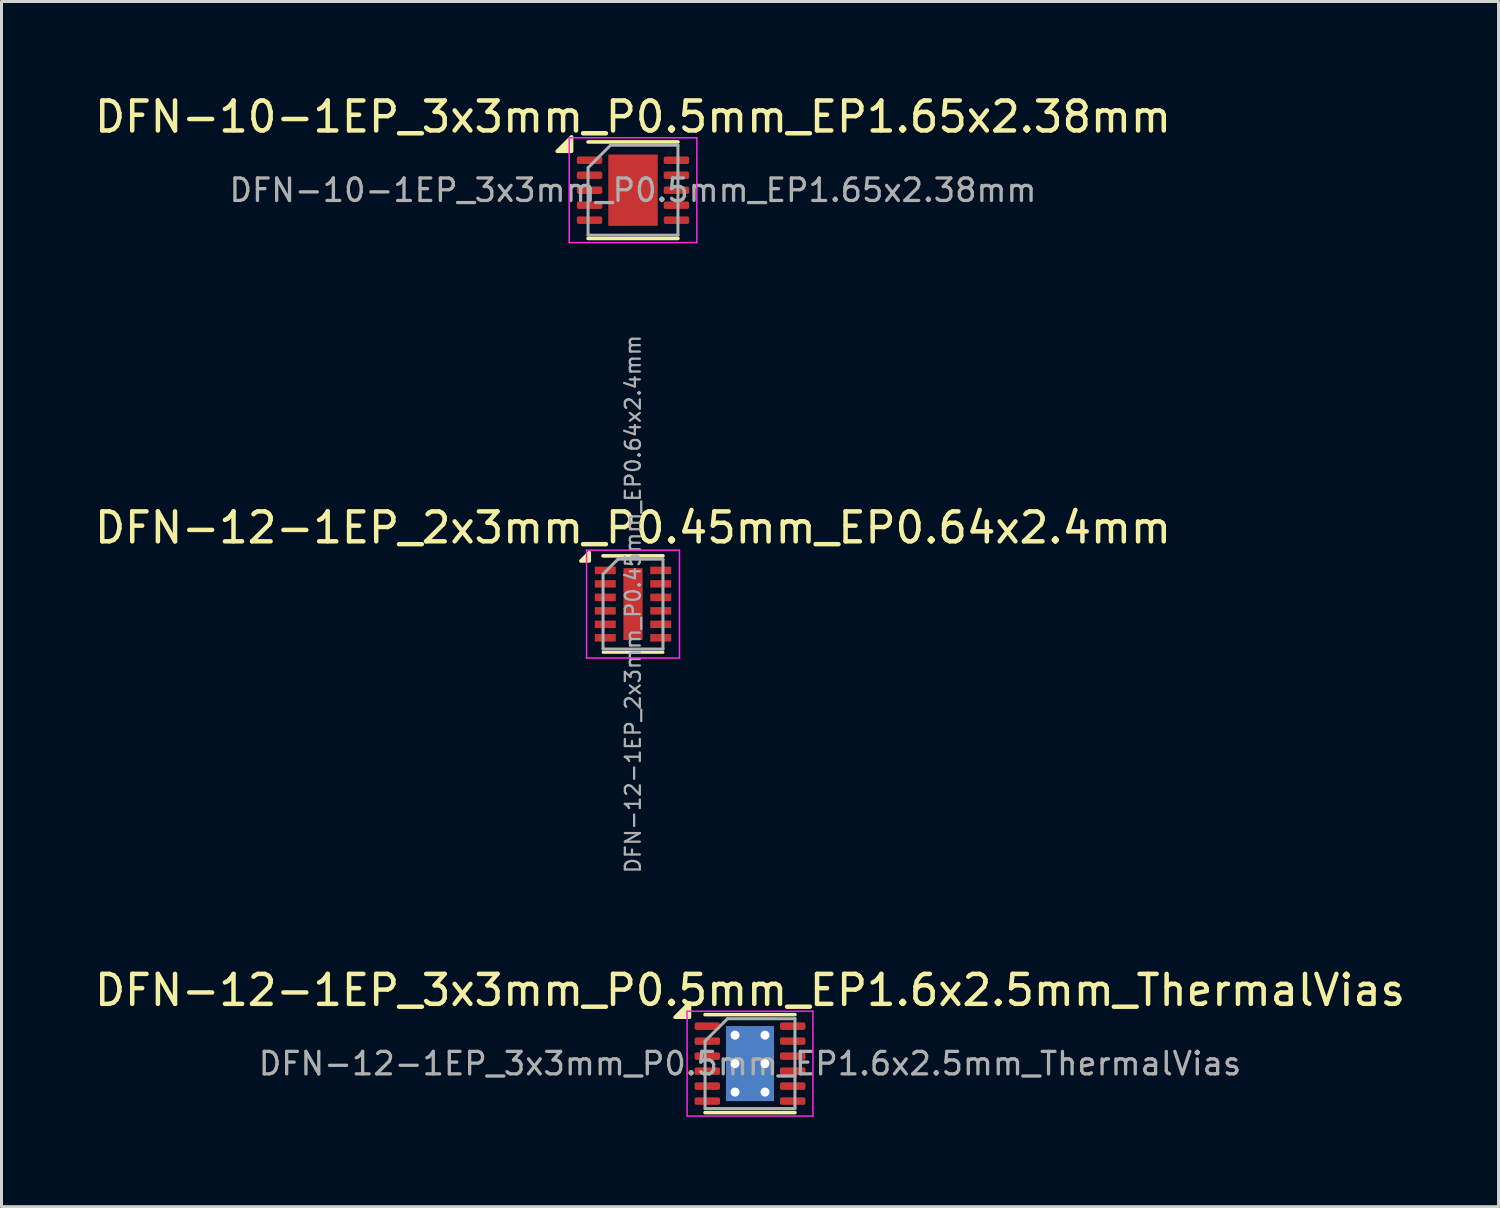
<source format=kicad_pcb>
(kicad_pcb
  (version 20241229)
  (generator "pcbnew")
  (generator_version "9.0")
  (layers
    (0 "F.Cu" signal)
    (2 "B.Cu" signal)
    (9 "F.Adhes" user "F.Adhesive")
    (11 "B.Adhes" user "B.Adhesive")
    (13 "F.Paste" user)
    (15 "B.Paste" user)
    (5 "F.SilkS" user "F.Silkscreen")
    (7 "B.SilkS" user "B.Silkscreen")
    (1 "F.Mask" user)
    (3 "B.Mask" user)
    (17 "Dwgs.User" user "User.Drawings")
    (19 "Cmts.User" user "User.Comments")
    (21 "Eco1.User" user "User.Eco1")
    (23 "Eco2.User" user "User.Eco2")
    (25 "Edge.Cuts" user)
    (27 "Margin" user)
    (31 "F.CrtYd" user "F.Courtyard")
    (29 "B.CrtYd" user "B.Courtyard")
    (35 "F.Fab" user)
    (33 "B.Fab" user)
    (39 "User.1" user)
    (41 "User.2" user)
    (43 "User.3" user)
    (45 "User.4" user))
  (footprint "DFN-12-1EP_2x3mm_P0.45mm_EP0.64x2.4mm"
    (layer "F.Cu")
    (at 18.077 17.112)
    (property "Reference" "DFN-12-1EP_2x3mm_P0.45mm_EP0.64x2.4mm" (at 0 -2.55 0) (layer "F.SilkS") (effects (font (size 1 1) (thickness 0.15))))
    (attr smd)
    (fp_line (start -1 -1.61) (end 1 -1.61) (stroke (width 0.12) (type solid)) (layer "F.SilkS"))
    (fp_line (start -1 1.61) (end 1 1.61) (stroke (width 0.1) (type solid)) (layer "F.SilkS"))
    (fp_poly (pts (xy -1.46 -1.44) (xy -1.74 -1.44) (xy -1.46 -1.72) (xy -1.46 -1.44)) (stroke (width 0.12) (type solid)) (fill yes) (layer "F.SilkS"))
    (fp_line (start -1.55 -1.8) (end -1.55 1.8) (stroke (width 0.05) (type solid)) (layer "F.CrtYd"))
    (fp_line (start -1.55 -1.8) (end 1.55 -1.8) (stroke (width 0.05) (type solid)) (layer "F.CrtYd"))
    (fp_line (start -1.55 1.8) (end 1.55 1.8) (stroke (width 0.05) (type solid)) (layer "F.CrtYd"))
    (fp_line (start 1.55 -1.8) (end 1.55 1.8) (stroke (width 0.05) (type solid)) (layer "F.CrtYd"))
    (fp_line (start -1 -1) (end -0.5 -1.5) (stroke (width 0.1) (type solid)) (layer "F.Fab"))
    (fp_line (start -1 1.5) (end -1 -1) (stroke (width 0.1) (type solid)) (layer "F.Fab"))
    (fp_line (start -0.5 -1.5) (end 1 -1.5) (stroke (width 0.1) (type solid)) (layer "F.Fab"))
    (fp_line (start 1 -1.5) (end 1 1.5) (stroke (width 0.1) (type solid)) (layer "F.Fab"))
    (fp_line (start 1 1.5) (end -1 1.5) (stroke (width 0.1) (type solid)) (layer "F.Fab"))
    (fp_text user "${REFERENCE}" (at 0 0 90) (layer "F.Fab") (effects (font (size 0.5 0.5) (thickness 0.075))))
    (pad "" smd rect (at 0 -0.6) (size 0.5 1) (layers "F.Paste"))
    (pad "" smd rect (at 0 0.6) (size 0.5 1) (layers "F.Paste"))
    (pad "1" smd rect (at -0.925 -1.125) (size 0.7 0.25) (layers "F.Cu" "F.Mask" "F.Paste"))
    (pad "2" smd rect (at -0.925 -0.675) (size 0.7 0.25) (layers "F.Cu" "F.Mask" "F.Paste"))
    (pad "3" smd rect (at -0.925 -0.225) (size 0.7 0.25) (layers "F.Cu" "F.Mask" "F.Paste"))
    (pad "4" smd rect (at -0.925 0.225) (size 0.7 0.25) (layers "F.Cu" "F.Mask" "F.Paste"))
    (pad "5" smd rect (at -0.925 0.675) (size 0.7 0.25) (layers "F.Cu" "F.Mask" "F.Paste"))
    (pad "6" smd rect (at -0.925 1.125) (size 0.7 0.25) (layers "F.Cu" "F.Mask" "F.Paste"))
    (pad "7" smd rect (at 0.925 1.125) (size 0.7 0.25) (layers "F.Cu" "F.Mask" "F.Paste"))
    (pad "8" smd rect (at 0.925 0.675) (size 0.7 0.25) (layers "F.Cu" "F.Mask" "F.Paste"))
    (pad "9" smd rect (at 0.925 0.225) (size 0.7 0.25) (layers "F.Cu" "F.Mask" "F.Paste"))
    (pad "10" smd rect (at 0.925 -0.225) (size 0.7 0.25) (layers "F.Cu" "F.Mask" "F.Paste"))
    (pad "11" smd rect (at 0.925 -0.675) (size 0.7 0.25) (layers "F.Cu" "F.Mask" "F.Paste"))
    (pad "12" smd rect (at 0.925 -1.125) (size 0.7 0.25) (layers "F.Cu" "F.Mask" "F.Paste"))
    (pad "13" smd rect (at 0 0) (size 0.64 2.4) (layers "F.Cu" "F.Mask")))
  (footprint "DFN-12-1EP_3x3mm_P0.5mm_EP1.6x2.5mm_ThermalVias"
    (layer "F.Cu")
    (at 21.982 32.449)
    (property "Reference" "DFN-12-1EP_3x3mm_P0.5mm_EP1.6x2.5mm_ThermalVias" (at 0 -2.45 0) (layer "F.SilkS") (effects (font (size 1 1) (thickness 0.15))))
    (attr smd)
    (fp_line (start -1.5 -1.635) (end 1.5 -1.635) (stroke (width 0.12) (type solid)) (layer "F.SilkS"))
    (fp_line (start -1.5 1.635) (end 1.5 1.635) (stroke (width 0.12) (type solid)) (layer "F.SilkS"))
    (fp_poly (pts (xy -2.02 -1.55) (xy -2.5 -1.55) (xy -2.02 -2.03) (xy -2.02 -1.55)) (stroke (width 0.12) (type solid)) (fill yes) (layer "F.SilkS"))
    (fp_line (start -2.1 -1.75) (end -2.1 1.75) (stroke (width 0.05) (type solid)) (layer "F.CrtYd"))
    (fp_line (start -2.1 1.75) (end 2.1 1.75) (stroke (width 0.05) (type solid)) (layer "F.CrtYd"))
    (fp_line (start 2.1 -1.75) (end -2.1 -1.75) (stroke (width 0.05) (type solid)) (layer "F.CrtYd"))
    (fp_line (start 2.1 1.75) (end 2.1 -1.75) (stroke (width 0.05) (type solid)) (layer "F.CrtYd"))
    (fp_line (start -1.5 -0.75) (end -0.75 -1.5) (stroke (width 0.1) (type solid)) (layer "F.Fab"))
    (fp_line (start -1.5 1.5) (end -1.5 -0.75) (stroke (width 0.1) (type solid)) (layer "F.Fab"))
    (fp_line (start -0.75 -1.5) (end 1.5 -1.5) (stroke (width 0.1) (type solid)) (layer "F.Fab"))
    (fp_line (start 1.5 -1.5) (end 1.5 1.5) (stroke (width 0.1) (type solid)) (layer "F.Fab"))
    (fp_line (start 1.5 1.5) (end -1.5 1.5) (stroke (width 0.1) (type solid)) (layer "F.Fab"))
    (fp_text user "${REFERENCE}" (at 0 0 0) (layer "F.Fab") (effects (font (size 0.75 0.75) (thickness 0.11))))
    (pad "" smd roundrect (at -0.4 -0.625) (size 0.64 1.01) (layers "F.Paste") (roundrect_rratio 0.25))
    (pad "" smd roundrect (at -0.4 0.625) (size 0.64 1.01) (layers "F.Paste") (roundrect_rratio 0.25))
    (pad "" smd roundrect (at 0.4 -0.625) (size 0.64 1.01) (layers "F.Paste") (roundrect_rratio 0.25))
    (pad "" smd roundrect (at 0.4 0.625) (size 0.64 1.01) (layers "F.Paste") (roundrect_rratio 0.25))
    (pad "1" smd roundrect (at -1.425 -1.25) (size 0.85 0.25) (layers "F.Cu" "F.Mask" "F.Paste") (roundrect_rratio 0.25))
    (pad "2" smd roundrect (at -1.425 -0.75) (size 0.85 0.25) (layers "F.Cu" "F.Mask" "F.Paste") (roundrect_rratio 0.25))
    (pad "3" smd roundrect (at -1.425 -0.25) (size 0.85 0.25) (layers "F.Cu" "F.Mask" "F.Paste") (roundrect_rratio 0.25))
    (pad "4" smd roundrect (at -1.425 0.25) (size 0.85 0.25) (layers "F.Cu" "F.Mask" "F.Paste") (roundrect_rratio 0.25))
    (pad "5" smd roundrect (at -1.425 0.75) (size 0.85 0.25) (layers "F.Cu" "F.Mask" "F.Paste") (roundrect_rratio 0.25))
    (pad "6" smd roundrect (at -1.425 1.25) (size 0.85 0.25) (layers "F.Cu" "F.Mask" "F.Paste") (roundrect_rratio 0.25))
    (pad "7" smd roundrect (at 1.425 1.25) (size 0.85 0.25) (layers "F.Cu" "F.Mask" "F.Paste") (roundrect_rratio 0.25))
    (pad "8" smd roundrect (at 1.425 0.75) (size 0.85 0.25) (layers "F.Cu" "F.Mask" "F.Paste") (roundrect_rratio 0.25))
    (pad "9" smd roundrect (at 1.425 0.25) (size 0.85 0.25) (layers "F.Cu" "F.Mask" "F.Paste") (roundrect_rratio 0.25))
    (pad "10" smd roundrect (at 1.425 -0.25) (size 0.85 0.25) (layers "F.Cu" "F.Mask" "F.Paste") (roundrect_rratio 0.25))
    (pad "11" smd roundrect (at 1.425 -0.75) (size 0.85 0.25) (layers "F.Cu" "F.Mask" "F.Paste") (roundrect_rratio 0.25))
    (pad "12" smd roundrect (at 1.425 -1.25) (size 0.85 0.25) (layers "F.Cu" "F.Mask" "F.Paste") (roundrect_rratio 0.25))
    (pad "13" thru_hole circle (at -0.5 -0.95) (size 0.6 0.6) (drill 0.3) (property pad_prop_heatsink) (layers "*.Cu"))
    (pad "13" thru_hole circle (at -0.5 0) (size 0.6 0.6) (drill 0.3) (property pad_prop_heatsink) (layers "*.Cu"))
    (pad "13" thru_hole circle (at -0.5 0.95) (size 0.6 0.6) (drill 0.3) (property pad_prop_heatsink) (layers "*.Cu"))
    (pad "13" smd rect (at 0 0) (size 1.6 2.5) (property pad_prop_heatsink) (layers "F.Cu" "F.Mask"))
    (pad "13" smd rect (at 0 0) (size 1.6 2.5) (property pad_prop_heatsink) (layers "B.Cu"))
    (pad "13" thru_hole circle (at 0.5 -0.95) (size 0.6 0.6) (drill 0.3) (property pad_prop_heatsink) (layers "*.Cu"))
    (pad "13" thru_hole circle (at 0.5 0) (size 0.6 0.6) (drill 0.3) (property pad_prop_heatsink) (layers "*.Cu"))
    (pad "13" thru_hole circle (at 0.5 0.95) (size 0.6 0.6) (drill 0.3) (property pad_prop_heatsink) (layers "*.Cu")))
  (footprint "DFN-10-1EP_3x3mm_P0.5mm_EP1.65x2.38mm"
    (layer "F.Cu")
    (at 18.077 3.298)
    (property "Reference" "DFN-10-1EP_3x3mm_P0.5mm_EP1.65x2.38mm" (at 0 -2.45 0) (layer "F.SilkS") (effects (font (size 1 1) (thickness 0.15))))
    (attr smd)
    (fp_line (start -1.5 -1.61) (end 1.5 -1.61) (stroke (width 0.12) (type solid)) (layer "F.SilkS"))
    (fp_line (start -1.5 1.61) (end 1.5 1.61) (stroke (width 0.12) (type solid)) (layer "F.SilkS"))
    (fp_poly (pts (xy -2.05 -1.3) (xy -2.53 -1.3) (xy -2.05 -1.78) (xy -2.05 -1.3)) (stroke (width 0.12) (type solid)) (fill yes) (layer "F.SilkS"))
    (fp_line (start -2.13 -1.75) (end -2.13 1.75) (stroke (width 0.05) (type solid)) (layer "F.CrtYd"))
    (fp_line (start -2.13 1.75) (end 2.13 1.75) (stroke (width 0.05) (type solid)) (layer "F.CrtYd"))
    (fp_line (start 2.13 -1.75) (end -2.13 -1.75) (stroke (width 0.05) (type solid)) (layer "F.CrtYd"))
    (fp_line (start 2.13 1.75) (end 2.13 -1.75) (stroke (width 0.05) (type solid)) (layer "F.CrtYd"))
    (fp_line (start -1.5 -0.75) (end -0.75 -1.5) (stroke (width 0.1) (type solid)) (layer "F.Fab"))
    (fp_line (start -1.5 1.5) (end -1.5 -0.75) (stroke (width 0.1) (type solid)) (layer "F.Fab"))
    (fp_line (start -0.75 -1.5) (end 1.5 -1.5) (stroke (width 0.1) (type solid)) (layer "F.Fab"))
    (fp_line (start 1.5 -1.5) (end 1.5 1.5) (stroke (width 0.1) (type solid)) (layer "F.Fab"))
    (fp_line (start 1.5 1.5) (end -1.5 1.5) (stroke (width 0.1) (type solid)) (layer "F.Fab"))
    (fp_text user "${REFERENCE}" (at 0 0 0) (layer "F.Fab") (effects (font (size 0.75 0.75) (thickness 0.11))))
    (pad "" smd roundrect (at -0.41 -0.595) (size 0.67 0.96) (layers "F.Paste") (roundrect_rratio 0.25))
    (pad "" smd roundrect (at -0.41 0.595) (size 0.67 0.96) (layers "F.Paste") (roundrect_rratio 0.25))
    (pad "" smd roundrect (at 0.41 -0.595) (size 0.67 0.96) (layers "F.Paste") (roundrect_rratio 0.25))
    (pad "" smd roundrect (at 0.41 0.595) (size 0.67 0.96) (layers "F.Paste") (roundrect_rratio 0.25))
    (pad "1" smd roundrect (at -1.45 -1) (size 0.85 0.25) (layers "F.Cu" "F.Mask" "F.Paste") (roundrect_rratio 0.25))
    (pad "2" smd roundrect (at -1.45 -0.5) (size 0.85 0.25) (layers "F.Cu" "F.Mask" "F.Paste") (roundrect_rratio 0.25))
    (pad "3" smd roundrect (at -1.45 0) (size 0.85 0.25) (layers "F.Cu" "F.Mask" "F.Paste") (roundrect_rratio 0.25))
    (pad "4" smd roundrect (at -1.45 0.5) (size 0.85 0.25) (layers "F.Cu" "F.Mask" "F.Paste") (roundrect_rratio 0.25))
    (pad "5" smd roundrect (at -1.45 1) (size 0.85 0.25) (layers "F.Cu" "F.Mask" "F.Paste") (roundrect_rratio 0.25))
    (pad "6" smd roundrect (at 1.45 1) (size 0.85 0.25) (layers "F.Cu" "F.Mask" "F.Paste") (roundrect_rratio 0.25))
    (pad "7" smd roundrect (at 1.45 0.5) (size 0.85 0.25) (layers "F.Cu" "F.Mask" "F.Paste") (roundrect_rratio 0.25))
    (pad "8" smd roundrect (at 1.45 0) (size 0.85 0.25) (layers "F.Cu" "F.Mask" "F.Paste") (roundrect_rratio 0.25))
    (pad "9" smd roundrect (at 1.45 -0.5) (size 0.85 0.25) (layers "F.Cu" "F.Mask" "F.Paste") (roundrect_rratio 0.25))
    (pad "10" smd roundrect (at 1.45 -1) (size 0.85 0.25) (layers "F.Cu" "F.Mask" "F.Paste") (roundrect_rratio 0.25))
    (pad "11" smd rect (at 0 0) (size 1.65 2.38) (property pad_prop_heatsink) (layers "F.Cu" "F.Mask")))
  (gr_rect
    (start -3 -3)
    (end 46.964 37.224)
    (stroke (width 0.1) (type default))
    (fill no)
    (layer "Edge.Cuts")))
</source>
